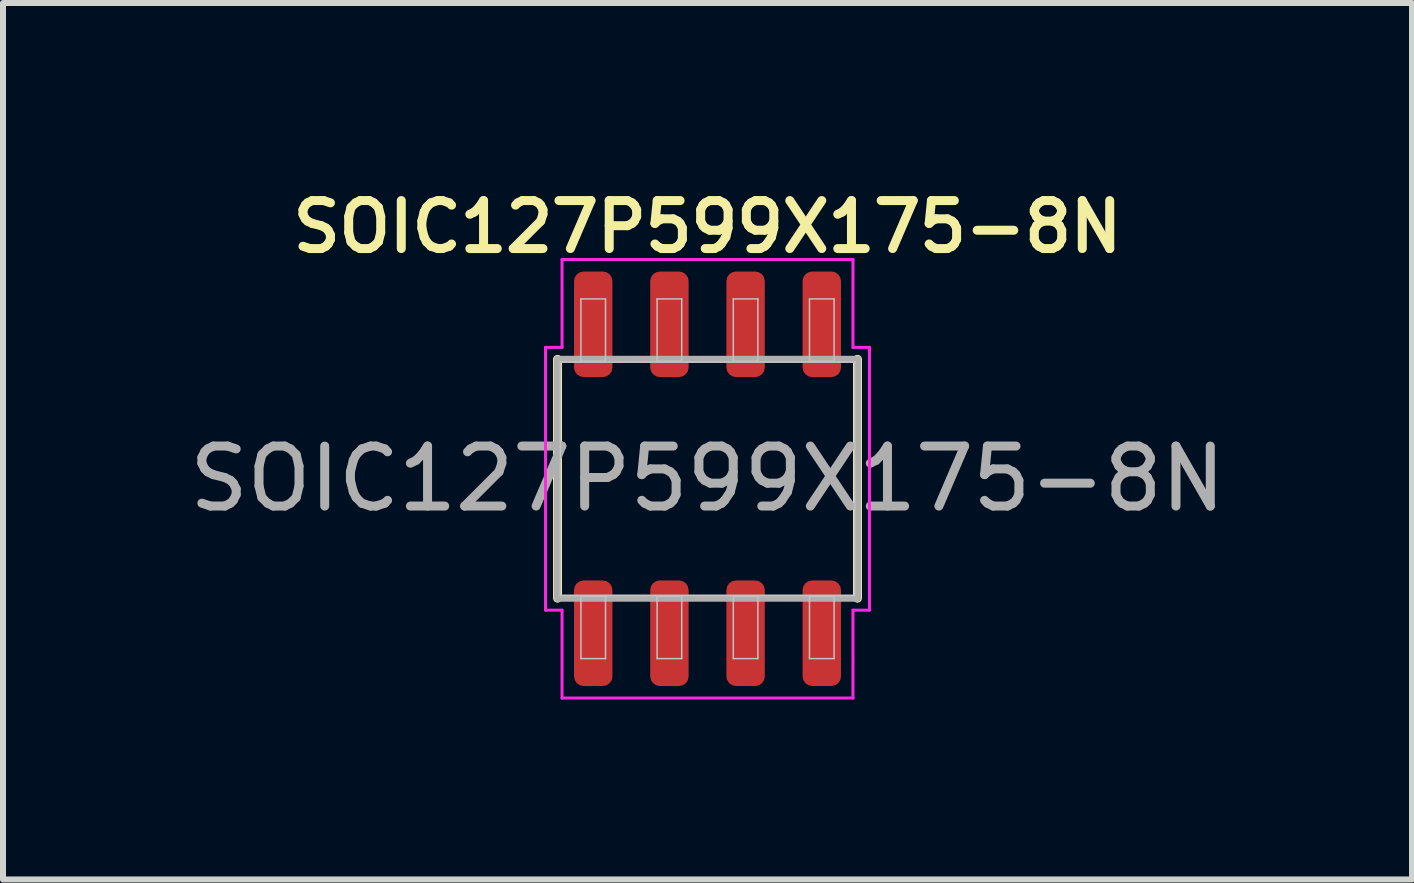
<source format=kicad_pcb>
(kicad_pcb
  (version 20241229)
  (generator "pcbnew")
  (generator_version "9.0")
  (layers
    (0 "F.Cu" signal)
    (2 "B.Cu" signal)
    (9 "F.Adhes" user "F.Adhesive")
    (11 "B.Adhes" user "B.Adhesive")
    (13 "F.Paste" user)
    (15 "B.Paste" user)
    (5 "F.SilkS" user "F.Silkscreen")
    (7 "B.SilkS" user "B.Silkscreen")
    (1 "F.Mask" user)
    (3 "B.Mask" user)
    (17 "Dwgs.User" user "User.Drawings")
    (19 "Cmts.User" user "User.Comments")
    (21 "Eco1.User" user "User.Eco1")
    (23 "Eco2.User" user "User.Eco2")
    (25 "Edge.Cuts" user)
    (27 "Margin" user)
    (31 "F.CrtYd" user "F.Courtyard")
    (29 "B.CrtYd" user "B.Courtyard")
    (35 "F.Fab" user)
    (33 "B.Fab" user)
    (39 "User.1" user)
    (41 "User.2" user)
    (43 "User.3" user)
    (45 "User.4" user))
  (footprint "SOIC127P599X175-8N"
    (layer "F.Cu")
    (at 8.744 4.931)
    (property "Reference" "SOIC127P599X175-8N" (at 0 -4.2 0) (layer "F.SilkS") (effects (font (size 0.8 0.8) (thickness 0.15))))
    (attr smd)
    (fp_line (start -2.5 1.99) (end -2.5 -1.99) (stroke (width 0.15) (type solid)) (layer "F.SilkS"))
    (fp_line (start 2.5 1.99) (end 2.5 -1.99) (stroke (width 0.15) (type solid)) (layer "F.SilkS"))
    (fp_line (start -2.453 -1.948) (end 2.453 -1.948) (stroke (width 0.025) (type solid)) (layer "Dwgs.User"))
    (fp_line (start -2.453 1.948) (end -2.453 -1.948) (stroke (width 0.025) (type solid)) (layer "Dwgs.User"))
    (fp_line (start -2.11 -2.998) (end -1.7 -2.998) (stroke (width 0.025) (type solid)) (layer "Dwgs.User"))
    (fp_line (start -2.11 -1.958) (end -2.11 -2.998) (stroke (width 0.025) (type solid)) (layer "Dwgs.User"))
    (fp_line (start -2.11 1.958) (end -1.7 1.958) (stroke (width 0.025) (type solid)) (layer "Dwgs.User"))
    (fp_line (start -2.11 2.998) (end -2.11 1.958) (stroke (width 0.025) (type solid)) (layer "Dwgs.User"))
    (fp_line (start -1.7 -2.998) (end -1.7 -1.958) (stroke (width 0.025) (type solid)) (layer "Dwgs.User"))
    (fp_line (start -1.7 -1.958) (end -2.11 -1.958) (stroke (width 0.025) (type solid)) (layer "Dwgs.User"))
    (fp_line (start -1.7 1.958) (end -1.7 2.998) (stroke (width 0.025) (type solid)) (layer "Dwgs.User"))
    (fp_line (start -1.7 2.998) (end -2.11 2.998) (stroke (width 0.025) (type solid)) (layer "Dwgs.User"))
    (fp_line (start -0.84 -2.998) (end -0.43 -2.998) (stroke (width 0.025) (type solid)) (layer "Dwgs.User"))
    (fp_line (start -0.84 -1.958) (end -0.84 -2.998) (stroke (width 0.025) (type solid)) (layer "Dwgs.User"))
    (fp_line (start -0.84 1.958) (end -0.43 1.958) (stroke (width 0.025) (type solid)) (layer "Dwgs.User"))
    (fp_line (start -0.84 2.998) (end -0.84 1.958) (stroke (width 0.025) (type solid)) (layer "Dwgs.User"))
    (fp_line (start -0.43 -2.998) (end -0.43 -1.958) (stroke (width 0.025) (type solid)) (layer "Dwgs.User"))
    (fp_line (start -0.43 -1.958) (end -0.84 -1.958) (stroke (width 0.025) (type solid)) (layer "Dwgs.User"))
    (fp_line (start -0.43 1.958) (end -0.43 2.998) (stroke (width 0.025) (type solid)) (layer "Dwgs.User"))
    (fp_line (start -0.43 2.998) (end -0.84 2.998) (stroke (width 0.025) (type solid)) (layer "Dwgs.User"))
    (fp_line (start 0.43 -2.998) (end 0.84 -2.998) (stroke (width 0.025) (type solid)) (layer "Dwgs.User"))
    (fp_line (start 0.43 -1.958) (end 0.43 -2.998) (stroke (width 0.025) (type solid)) (layer "Dwgs.User"))
    (fp_line (start 0.43 1.958) (end 0.84 1.958) (stroke (width 0.025) (type solid)) (layer "Dwgs.User"))
    (fp_line (start 0.43 2.998) (end 0.43 1.958) (stroke (width 0.025) (type solid)) (layer "Dwgs.User"))
    (fp_line (start 0.84 -2.998) (end 0.84 -1.958) (stroke (width 0.025) (type solid)) (layer "Dwgs.User"))
    (fp_line (start 0.84 -1.958) (end 0.43 -1.958) (stroke (width 0.025) (type solid)) (layer "Dwgs.User"))
    (fp_line (start 0.84 1.958) (end 0.84 2.998) (stroke (width 0.025) (type solid)) (layer "Dwgs.User"))
    (fp_line (start 0.84 2.998) (end 0.43 2.998) (stroke (width 0.025) (type solid)) (layer "Dwgs.User"))
    (fp_line (start 1.7 -2.998) (end 2.11 -2.998) (stroke (width 0.025) (type solid)) (layer "Dwgs.User"))
    (fp_line (start 1.7 -1.958) (end 1.7 -2.998) (stroke (width 0.025) (type solid)) (layer "Dwgs.User"))
    (fp_line (start 1.7 1.958) (end 2.11 1.958) (stroke (width 0.025) (type solid)) (layer "Dwgs.User"))
    (fp_line (start 1.7 2.998) (end 1.7 1.958) (stroke (width 0.025) (type solid)) (layer "Dwgs.User"))
    (fp_line (start 2.11 -2.998) (end 2.11 -1.958) (stroke (width 0.025) (type solid)) (layer "Dwgs.User"))
    (fp_line (start 2.11 -1.958) (end 1.7 -1.958) (stroke (width 0.025) (type solid)) (layer "Dwgs.User"))
    (fp_line (start 2.11 1.958) (end 2.11 2.998) (stroke (width 0.025) (type solid)) (layer "Dwgs.User"))
    (fp_line (start 2.11 2.998) (end 1.7 2.998) (stroke (width 0.025) (type solid)) (layer "Dwgs.User"))
    (fp_line (start 2.453 -1.948) (end 2.453 1.948) (stroke (width 0.025) (type solid)) (layer "Dwgs.User"))
    (fp_line (start 2.453 1.948) (end -2.453 1.948) (stroke (width 0.025) (type solid)) (layer "Dwgs.User"))
    (fp_line (start -2.7 -2.19) (end -2.7 2.19) (stroke (width 0.05) (type solid)) (layer "F.CrtYd"))
    (fp_line (start -2.7 2.19) (end -2.425 2.19) (stroke (width 0.05) (type solid)) (layer "F.CrtYd"))
    (fp_line (start -2.425 -3.655) (end -2.425 -2.19) (stroke (width 0.05) (type solid)) (layer "F.CrtYd"))
    (fp_line (start -2.425 -2.19) (end -2.7 -2.19) (stroke (width 0.05) (type solid)) (layer "F.CrtYd"))
    (fp_line (start -2.425 2.19) (end -2.425 3.655) (stroke (width 0.05) (type solid)) (layer "F.CrtYd"))
    (fp_line (start -2.425 3.655) (end 2.425 3.655) (stroke (width 0.05) (type solid)) (layer "F.CrtYd"))
    (fp_line (start 2.425 -3.655) (end -2.425 -3.655) (stroke (width 0.05) (type solid)) (layer "F.CrtYd"))
    (fp_line (start 2.425 -2.19) (end 2.425 -3.655) (stroke (width 0.05) (type solid)) (layer "F.CrtYd"))
    (fp_line (start 2.425 2.19) (end 2.7 2.19) (stroke (width 0.05) (type solid)) (layer "F.CrtYd"))
    (fp_line (start 2.425 3.655) (end 2.425 2.19) (stroke (width 0.05) (type solid)) (layer "F.CrtYd"))
    (fp_line (start 2.7 -2.19) (end 2.425 -2.19) (stroke (width 0.05) (type solid)) (layer "F.CrtYd"))
    (fp_line (start 2.7 2.19) (end 2.7 -2.19) (stroke (width 0.05) (type solid)) (layer "F.CrtYd"))
    (fp_line (start -2.5 -1.99) (end 2.5 -1.99) (stroke (width 0.12) (type solid)) (layer "F.Fab"))
    (fp_line (start -2.5 1.99) (end -2.5 -1.99) (stroke (width 0.12) (type solid)) (layer "F.Fab"))
    (fp_line (start 2.5 -1.99) (end 2.5 1.99) (stroke (width 0.12) (type solid)) (layer "F.Fab"))
    (fp_line (start 2.5 1.99) (end -2.5 1.99) (stroke (width 0.12) (type solid)) (layer "F.Fab"))
    (fp_text user "${REFERENCE}" (at 0 0 0) (layer "F.Fab") (effects (font (size 1 1) (thickness 0.15))))
    (pad "1" smd roundrect (at -1.905 2.575 90) (size 1.76 0.64) (layers "F.Cu" "F.Mask" "F.Paste") (roundrect_rratio 0.25))
    (pad "2" smd roundrect (at -0.635 2.575 90) (size 1.76 0.64) (layers "F.Cu" "F.Mask" "F.Paste") (roundrect_rratio 0.25))
    (pad "3" smd roundrect (at 0.635 2.575 90) (size 1.76 0.64) (layers "F.Cu" "F.Mask" "F.Paste") (roundrect_rratio 0.25))
    (pad "4" smd roundrect (at 1.905 2.575 90) (size 1.76 0.64) (layers "F.Cu" "F.Mask" "F.Paste") (roundrect_rratio 0.25))
    (pad "5" smd roundrect (at 1.905 -2.575 90) (size 1.76 0.64) (layers "F.Cu" "F.Mask" "F.Paste") (roundrect_rratio 0.25))
    (pad "6" smd roundrect (at 0.635 -2.575 90) (size 1.76 0.64) (layers "F.Cu" "F.Mask" "F.Paste") (roundrect_rratio 0.25))
    (pad "7" smd roundrect (at -0.635 -2.575 90) (size 1.76 0.64) (layers "F.Cu" "F.Mask" "F.Paste") (roundrect_rratio 0.25))
    (pad "8" smd roundrect (at -1.905 -2.575 90) (size 1.76 0.64) (layers "F.Cu" "F.Mask" "F.Paste") (roundrect_rratio 0.25)))
  (gr_rect
    (start -3 -3)
    (end 20.488 11.611)
    (stroke (width 0.1) (type default))
    (fill no)
    (layer "Edge.Cuts")))
</source>
